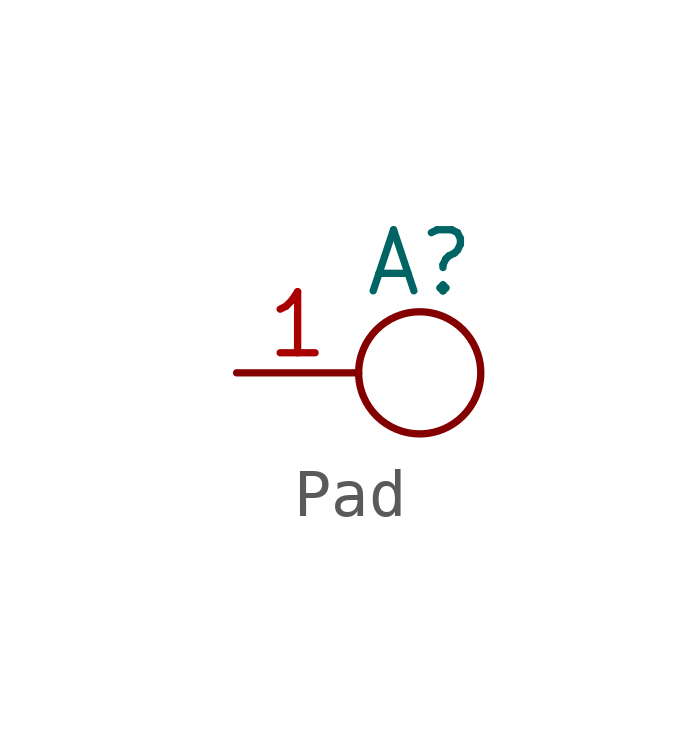
<source format=kicad_sym>
(kicad_symbol_lib
  (version 20231120)
  (generator "kicad_symbol_editor")
  (generator_version "8.0")
  (symbol "Pad"
    (property "Reference" "A"
      (at 0 2.286 0)
      (effects (font (size 1.27 1.27))))
    (property "Value" ""
      (at 0 0 0)
      (effects (font (size 1.27 1.27))))
    (symbol "Pad_0_1"
      (circle (center 0 0) (radius 1.27) (stroke (width 0) (type default)) (fill (type none))))
    (symbol "Pad_1_1"
      (pin input line (at -3.81 0 0) (length 2.54) (name "" (effects (font (size 1.27 1.27)))) (number "1" (effects (font (size 1.27 1.27))))))))
</source>
